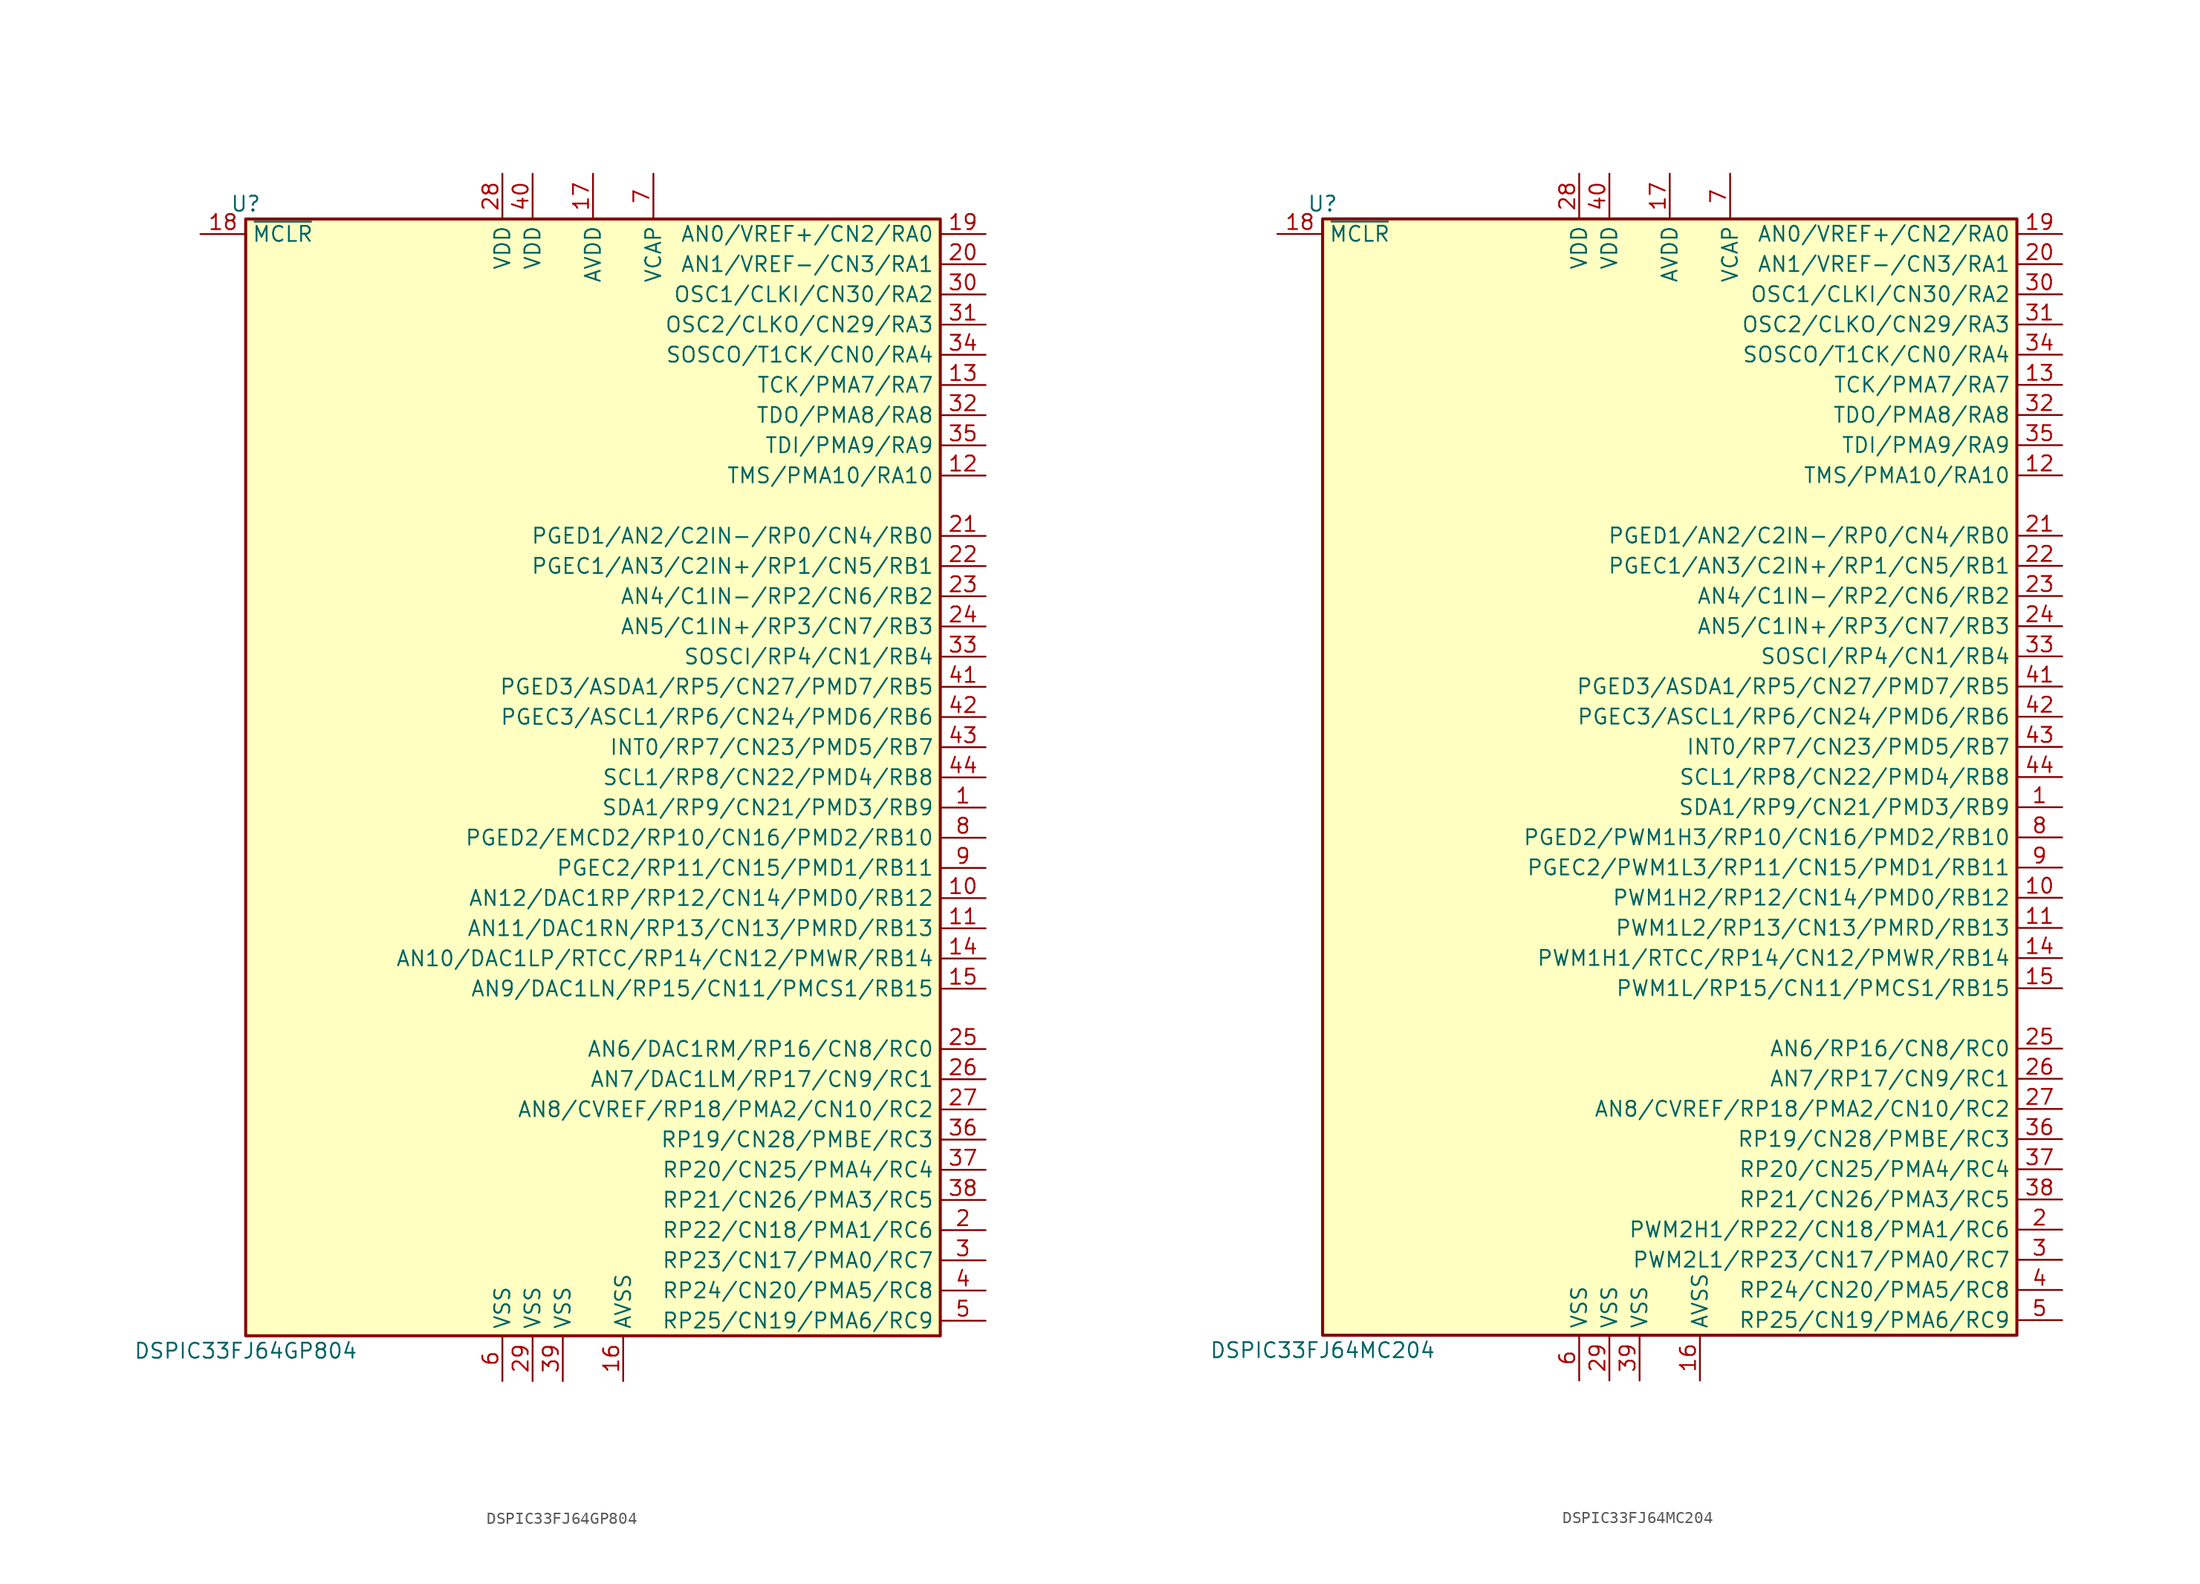
<source format=kicad_sym>
(kicad_symbol_lib
  (version 20231120)
  (generator "kicad_symbol_editor")
  (generator_version "8.0")
  (symbol "DSPIC33FJ64GP804"
    (property "Reference" "U"
      (at -29.21 48.26 0)
      (effects (font (size 1.27 1.27))))
    (property "Value" "DSPIC33FJ64GP804"
      (at -29.21 -48.26 0)
      (effects (font (size 1.27 1.27))))
    (symbol "DSPIC33FJ64GP804_1_1"
      (rectangle (start -29.21 46.99) (end 29.21 -46.99) (stroke (width 0.254) (type default)) (fill (type background)))
      (pin bidirectional line (at 33.02 -2.54 180) (length 3.81) (name "SDA1/RP9/CN21/PMD3/RB9" (effects (font (size 1.27 1.27)))) (number "1" (effects (font (size 1.27 1.27)))))
      (pin bidirectional line (at 33.02 -10.16 180) (length 3.81) (name "AN12/DAC1RP/RP12/CN14/PMD0/RB12" (effects (font (size 1.27 1.27)))) (number "10" (effects (font (size 1.27 1.27)))))
      (pin bidirectional line (at 33.02 -12.7 180) (length 3.81) (name "AN11/DAC1RN/RP13/CN13/PMRD/RB13" (effects (font (size 1.27 1.27)))) (number "11" (effects (font (size 1.27 1.27)))))
      (pin bidirectional line (at 33.02 25.4 180) (length 3.81) (name "TMS/PMA10/RA10" (effects (font (size 1.27 1.27)))) (number "12" (effects (font (size 1.27 1.27)))))
      (pin bidirectional line (at 33.02 33.02 180) (length 3.81) (name "TCK/PMA7/RA7" (effects (font (size 1.27 1.27)))) (number "13" (effects (font (size 1.27 1.27)))))
      (pin bidirectional line (at 33.02 -15.24 180) (length 3.81) (name "AN10/DAC1LP/RTCC/RP14/CN12/PMWR/RB14" (effects (font (size 1.27 1.27)))) (number "14" (effects (font (size 1.27 1.27)))))
      (pin bidirectional line (at 33.02 -17.78 180) (length 3.81) (name "AN9/DAC1LN/RP15/CN11/PMCS1/RB15" (effects (font (size 1.27 1.27)))) (number "15" (effects (font (size 1.27 1.27)))))
      (pin power_in line (at 2.54 -50.8 90) (length 3.81) (name "AVSS" (effects (font (size 1.27 1.27)))) (number "16" (effects (font (size 1.27 1.27)))))
      (pin power_in line (at 0 50.8 270) (length 3.81) (name "AVDD" (effects (font (size 1.27 1.27)))) (number "17" (effects (font (size 1.27 1.27)))))
      (pin input line (at -33.02 45.72 0) (length 3.81) (name "~{MCLR}" (effects (font (size 1.27 1.27)))) (number "18" (effects (font (size 1.27 1.27)))))
      (pin bidirectional line (at 33.02 45.72 180) (length 3.81) (name "AN0/VREF+/CN2/RA0" (effects (font (size 1.27 1.27)))) (number "19" (effects (font (size 1.27 1.27)))))
      (pin bidirectional line (at 33.02 -38.1 180) (length 3.81) (name "RP22/CN18/PMA1/RC6" (effects (font (size 1.27 1.27)))) (number "2" (effects (font (size 1.27 1.27)))))
      (pin bidirectional line (at 33.02 43.18 180) (length 3.81) (name "AN1/VREF-/CN3/RA1" (effects (font (size 1.27 1.27)))) (number "20" (effects (font (size 1.27 1.27)))))
      (pin bidirectional line (at 33.02 20.32 180) (length 3.81) (name "PGED1/AN2/C2IN-/RP0/CN4/RB0" (effects (font (size 1.27 1.27)))) (number "21" (effects (font (size 1.27 1.27)))))
      (pin bidirectional line (at 33.02 17.78 180) (length 3.81) (name "PGEC1/AN3/C2IN+/RP1/CN5/RB1" (effects (font (size 1.27 1.27)))) (number "22" (effects (font (size 1.27 1.27)))))
      (pin bidirectional line (at 33.02 15.24 180) (length 3.81) (name "AN4/C1IN-/RP2/CN6/RB2" (effects (font (size 1.27 1.27)))) (number "23" (effects (font (size 1.27 1.27)))))
      (pin bidirectional line (at 33.02 12.7 180) (length 3.81) (name "AN5/C1IN+/RP3/CN7/RB3" (effects (font (size 1.27 1.27)))) (number "24" (effects (font (size 1.27 1.27)))))
      (pin bidirectional line (at 33.02 -22.86 180) (length 3.81) (name "AN6/DAC1RM/RP16/CN8/RC0" (effects (font (size 1.27 1.27)))) (number "25" (effects (font (size 1.27 1.27)))))
      (pin bidirectional line (at 33.02 -25.4 180) (length 3.81) (name "AN7/DAC1LM/RP17/CN9/RC1" (effects (font (size 1.27 1.27)))) (number "26" (effects (font (size 1.27 1.27)))))
      (pin bidirectional line (at 33.02 -27.94 180) (length 3.81) (name "AN8/CVREF/RP18/PMA2/CN10/RC2" (effects (font (size 1.27 1.27)))) (number "27" (effects (font (size 1.27 1.27)))))
      (pin power_in line (at -7.62 50.8 270) (length 3.81) (name "VDD" (effects (font (size 1.27 1.27)))) (number "28" (effects (font (size 1.27 1.27)))))
      (pin power_in line (at -5.08 -50.8 90) (length 3.81) (name "VSS" (effects (font (size 1.27 1.27)))) (number "29" (effects (font (size 1.27 1.27)))))
      (pin bidirectional line (at 33.02 -40.64 180) (length 3.81) (name "RP23/CN17/PMA0/RC7" (effects (font (size 1.27 1.27)))) (number "3" (effects (font (size 1.27 1.27)))))
      (pin input line (at 33.02 40.64 180) (length 3.81) (name "OSC1/CLKI/CN30/RA2" (effects (font (size 1.27 1.27)))) (number "30" (effects (font (size 1.27 1.27)))))
      (pin input line (at 33.02 38.1 180) (length 3.81) (name "OSC2/CLKO/CN29/RA3" (effects (font (size 1.27 1.27)))) (number "31" (effects (font (size 1.27 1.27)))))
      (pin input line (at 33.02 30.48 180) (length 3.81) (name "TDO/PMA8/RA8" (effects (font (size 1.27 1.27)))) (number "32" (effects (font (size 1.27 1.27)))))
      (pin input line (at 33.02 10.16 180) (length 3.81) (name "SOSCI/RP4/CN1/RB4" (effects (font (size 1.27 1.27)))) (number "33" (effects (font (size 1.27 1.27)))))
      (pin input line (at 33.02 35.56 180) (length 3.81) (name "SOSCO/T1CK/CN0/RA4" (effects (font (size 1.27 1.27)))) (number "34" (effects (font (size 1.27 1.27)))))
      (pin input line (at 33.02 27.94 180) (length 3.81) (name "TDI/PMA9/RA9" (effects (font (size 1.27 1.27)))) (number "35" (effects (font (size 1.27 1.27)))))
      (pin input line (at 33.02 -30.48 180) (length 3.81) (name "RP19/CN28/PMBE/RC3" (effects (font (size 1.27 1.27)))) (number "36" (effects (font (size 1.27 1.27)))))
      (pin input line (at 33.02 -33.02 180) (length 3.81) (name "RP20/CN25/PMA4/RC4" (effects (font (size 1.27 1.27)))) (number "37" (effects (font (size 1.27 1.27)))))
      (pin input line (at 33.02 -35.56 180) (length 3.81) (name "RP21/CN26/PMA3/RC5" (effects (font (size 1.27 1.27)))) (number "38" (effects (font (size 1.27 1.27)))))
      (pin power_in line (at -2.54 -50.8 90) (length 3.81) (name "VSS" (effects (font (size 1.27 1.27)))) (number "39" (effects (font (size 1.27 1.27)))))
      (pin bidirectional line (at 33.02 -43.18 180) (length 3.81) (name "RP24/CN20/PMA5/RC8" (effects (font (size 1.27 1.27)))) (number "4" (effects (font (size 1.27 1.27)))))
      (pin power_in line (at -5.08 50.8 270) (length 3.81) (name "VDD" (effects (font (size 1.27 1.27)))) (number "40" (effects (font (size 1.27 1.27)))))
      (pin input line (at 33.02 7.62 180) (length 3.81) (name "PGED3/ASDA1/RP5/CN27/PMD7/RB5" (effects (font (size 1.27 1.27)))) (number "41" (effects (font (size 1.27 1.27)))))
      (pin input line (at 33.02 5.08 180) (length 3.81) (name "PGEC3/ASCL1/RP6/CN24/PMD6/RB6" (effects (font (size 1.27 1.27)))) (number "42" (effects (font (size 1.27 1.27)))))
      (pin input line (at 33.02 2.54 180) (length 3.81) (name "INT0/RP7/CN23/PMD5/RB7" (effects (font (size 1.27 1.27)))) (number "43" (effects (font (size 1.27 1.27)))))
      (pin input line (at 33.02 0 180) (length 3.81) (name "SCL1/RP8/CN22/PMD4/RB8" (effects (font (size 1.27 1.27)))) (number "44" (effects (font (size 1.27 1.27)))))
      (pin bidirectional line (at 33.02 -45.72 180) (length 3.81) (name "RP25/CN19/PMA6/RC9" (effects (font (size 1.27 1.27)))) (number "5" (effects (font (size 1.27 1.27)))))
      (pin power_in line (at -7.62 -50.8 90) (length 3.81) (name "VSS" (effects (font (size 1.27 1.27)))) (number "6" (effects (font (size 1.27 1.27)))))
      (pin power_in line (at 5.08 50.8 270) (length 3.81) (name "VCAP" (effects (font (size 1.27 1.27)))) (number "7" (effects (font (size 1.27 1.27)))))
      (pin bidirectional line (at 33.02 -5.08 180) (length 3.81) (name "PGED2/EMCD2/RP10/CN16/PMD2/RB10" (effects (font (size 1.27 1.27)))) (number "8" (effects (font (size 1.27 1.27)))))
      (pin bidirectional line (at 33.02 -7.62 180) (length 3.81) (name "PGEC2/RP11/CN15/PMD1/RB11" (effects (font (size 1.27 1.27)))) (number "9" (effects (font (size 1.27 1.27)))))))
  (symbol "DSPIC33FJ64MC204"
    (property "Reference" "U"
      (at -29.21 48.26 0)
      (effects (font (size 1.27 1.27))))
    (property "Value" "DSPIC33FJ64MC204"
      (at -29.21 -48.26 0)
      (effects (font (size 1.27 1.27))))
    (symbol "DSPIC33FJ64MC204_1_1"
      (rectangle (start -29.21 46.99) (end 29.21 -46.99) (stroke (width 0.254) (type default)) (fill (type background)))
      (pin bidirectional line (at 33.02 -2.54 180) (length 3.81) (name "SDA1/RP9/CN21/PMD3/RB9" (effects (font (size 1.27 1.27)))) (number "1" (effects (font (size 1.27 1.27)))))
      (pin bidirectional line (at 33.02 -10.16 180) (length 3.81) (name "PWM1H2/RP12/CN14/PMD0/RB12" (effects (font (size 1.27 1.27)))) (number "10" (effects (font (size 1.27 1.27)))))
      (pin bidirectional line (at 33.02 -12.7 180) (length 3.81) (name "PWM1L2/RP13/CN13/PMRD/RB13" (effects (font (size 1.27 1.27)))) (number "11" (effects (font (size 1.27 1.27)))))
      (pin bidirectional line (at 33.02 25.4 180) (length 3.81) (name "TMS/PMA10/RA10" (effects (font (size 1.27 1.27)))) (number "12" (effects (font (size 1.27 1.27)))))
      (pin bidirectional line (at 33.02 33.02 180) (length 3.81) (name "TCK/PMA7/RA7" (effects (font (size 1.27 1.27)))) (number "13" (effects (font (size 1.27 1.27)))))
      (pin bidirectional line (at 33.02 -15.24 180) (length 3.81) (name "PWM1H1/RTCC/RP14/CN12/PMWR/RB14" (effects (font (size 1.27 1.27)))) (number "14" (effects (font (size 1.27 1.27)))))
      (pin bidirectional line (at 33.02 -17.78 180) (length 3.81) (name "PWM1L/RP15/CN11/PMCS1/RB15" (effects (font (size 1.27 1.27)))) (number "15" (effects (font (size 1.27 1.27)))))
      (pin power_in line (at 2.54 -50.8 90) (length 3.81) (name "AVSS" (effects (font (size 1.27 1.27)))) (number "16" (effects (font (size 1.27 1.27)))))
      (pin power_in line (at 0 50.8 270) (length 3.81) (name "AVDD" (effects (font (size 1.27 1.27)))) (number "17" (effects (font (size 1.27 1.27)))))
      (pin input line (at -33.02 45.72 0) (length 3.81) (name "~{MCLR}" (effects (font (size 1.27 1.27)))) (number "18" (effects (font (size 1.27 1.27)))))
      (pin bidirectional line (at 33.02 45.72 180) (length 3.81) (name "AN0/VREF+/CN2/RA0" (effects (font (size 1.27 1.27)))) (number "19" (effects (font (size 1.27 1.27)))))
      (pin bidirectional line (at 33.02 -38.1 180) (length 3.81) (name "PWM2H1/RP22/CN18/PMA1/RC6" (effects (font (size 1.27 1.27)))) (number "2" (effects (font (size 1.27 1.27)))))
      (pin bidirectional line (at 33.02 43.18 180) (length 3.81) (name "AN1/VREF-/CN3/RA1" (effects (font (size 1.27 1.27)))) (number "20" (effects (font (size 1.27 1.27)))))
      (pin bidirectional line (at 33.02 20.32 180) (length 3.81) (name "PGED1/AN2/C2IN-/RP0/CN4/RB0" (effects (font (size 1.27 1.27)))) (number "21" (effects (font (size 1.27 1.27)))))
      (pin bidirectional line (at 33.02 17.78 180) (length 3.81) (name "PGEC1/AN3/C2IN+/RP1/CN5/RB1" (effects (font (size 1.27 1.27)))) (number "22" (effects (font (size 1.27 1.27)))))
      (pin bidirectional line (at 33.02 15.24 180) (length 3.81) (name "AN4/C1IN-/RP2/CN6/RB2" (effects (font (size 1.27 1.27)))) (number "23" (effects (font (size 1.27 1.27)))))
      (pin bidirectional line (at 33.02 12.7 180) (length 3.81) (name "AN5/C1IN+/RP3/CN7/RB3" (effects (font (size 1.27 1.27)))) (number "24" (effects (font (size 1.27 1.27)))))
      (pin bidirectional line (at 33.02 -22.86 180) (length 3.81) (name "AN6/RP16/CN8/RC0" (effects (font (size 1.27 1.27)))) (number "25" (effects (font (size 1.27 1.27)))))
      (pin bidirectional line (at 33.02 -25.4 180) (length 3.81) (name "AN7/RP17/CN9/RC1" (effects (font (size 1.27 1.27)))) (number "26" (effects (font (size 1.27 1.27)))))
      (pin bidirectional line (at 33.02 -27.94 180) (length 3.81) (name "AN8/CVREF/RP18/PMA2/CN10/RC2" (effects (font (size 1.27 1.27)))) (number "27" (effects (font (size 1.27 1.27)))))
      (pin power_in line (at -7.62 50.8 270) (length 3.81) (name "VDD" (effects (font (size 1.27 1.27)))) (number "28" (effects (font (size 1.27 1.27)))))
      (pin power_in line (at -5.08 -50.8 90) (length 3.81) (name "VSS" (effects (font (size 1.27 1.27)))) (number "29" (effects (font (size 1.27 1.27)))))
      (pin bidirectional line (at 33.02 -40.64 180) (length 3.81) (name "PWM2L1/RP23/CN17/PMA0/RC7" (effects (font (size 1.27 1.27)))) (number "3" (effects (font (size 1.27 1.27)))))
      (pin input line (at 33.02 40.64 180) (length 3.81) (name "OSC1/CLKI/CN30/RA2" (effects (font (size 1.27 1.27)))) (number "30" (effects (font (size 1.27 1.27)))))
      (pin input line (at 33.02 38.1 180) (length 3.81) (name "OSC2/CLKO/CN29/RA3" (effects (font (size 1.27 1.27)))) (number "31" (effects (font (size 1.27 1.27)))))
      (pin input line (at 33.02 30.48 180) (length 3.81) (name "TDO/PMA8/RA8" (effects (font (size 1.27 1.27)))) (number "32" (effects (font (size 1.27 1.27)))))
      (pin input line (at 33.02 10.16 180) (length 3.81) (name "SOSCI/RP4/CN1/RB4" (effects (font (size 1.27 1.27)))) (number "33" (effects (font (size 1.27 1.27)))))
      (pin input line (at 33.02 35.56 180) (length 3.81) (name "SOSCO/T1CK/CN0/RA4" (effects (font (size 1.27 1.27)))) (number "34" (effects (font (size 1.27 1.27)))))
      (pin input line (at 33.02 27.94 180) (length 3.81) (name "TDI/PMA9/RA9" (effects (font (size 1.27 1.27)))) (number "35" (effects (font (size 1.27 1.27)))))
      (pin input line (at 33.02 -30.48 180) (length 3.81) (name "RP19/CN28/PMBE/RC3" (effects (font (size 1.27 1.27)))) (number "36" (effects (font (size 1.27 1.27)))))
      (pin input line (at 33.02 -33.02 180) (length 3.81) (name "RP20/CN25/PMA4/RC4" (effects (font (size 1.27 1.27)))) (number "37" (effects (font (size 1.27 1.27)))))
      (pin input line (at 33.02 -35.56 180) (length 3.81) (name "RP21/CN26/PMA3/RC5" (effects (font (size 1.27 1.27)))) (number "38" (effects (font (size 1.27 1.27)))))
      (pin power_in line (at -2.54 -50.8 90) (length 3.81) (name "VSS" (effects (font (size 1.27 1.27)))) (number "39" (effects (font (size 1.27 1.27)))))
      (pin bidirectional line (at 33.02 -43.18 180) (length 3.81) (name "RP24/CN20/PMA5/RC8" (effects (font (size 1.27 1.27)))) (number "4" (effects (font (size 1.27 1.27)))))
      (pin power_in line (at -5.08 50.8 270) (length 3.81) (name "VDD" (effects (font (size 1.27 1.27)))) (number "40" (effects (font (size 1.27 1.27)))))
      (pin input line (at 33.02 7.62 180) (length 3.81) (name "PGED3/ASDA1/RP5/CN27/PMD7/RB5" (effects (font (size 1.27 1.27)))) (number "41" (effects (font (size 1.27 1.27)))))
      (pin input line (at 33.02 5.08 180) (length 3.81) (name "PGEC3/ASCL1/RP6/CN24/PMD6/RB6" (effects (font (size 1.27 1.27)))) (number "42" (effects (font (size 1.27 1.27)))))
      (pin input line (at 33.02 2.54 180) (length 3.81) (name "INT0/RP7/CN23/PMD5/RB7" (effects (font (size 1.27 1.27)))) (number "43" (effects (font (size 1.27 1.27)))))
      (pin input line (at 33.02 0 180) (length 3.81) (name "SCL1/RP8/CN22/PMD4/RB8" (effects (font (size 1.27 1.27)))) (number "44" (effects (font (size 1.27 1.27)))))
      (pin bidirectional line (at 33.02 -45.72 180) (length 3.81) (name "RP25/CN19/PMA6/RC9" (effects (font (size 1.27 1.27)))) (number "5" (effects (font (size 1.27 1.27)))))
      (pin power_in line (at -7.62 -50.8 90) (length 3.81) (name "VSS" (effects (font (size 1.27 1.27)))) (number "6" (effects (font (size 1.27 1.27)))))
      (pin power_in line (at 5.08 50.8 270) (length 3.81) (name "VCAP" (effects (font (size 1.27 1.27)))) (number "7" (effects (font (size 1.27 1.27)))))
      (pin bidirectional line (at 33.02 -5.08 180) (length 3.81) (name "PGED2/PWM1H3/RP10/CN16/PMD2/RB10" (effects (font (size 1.27 1.27)))) (number "8" (effects (font (size 1.27 1.27)))))
      (pin bidirectional line (at 33.02 -7.62 180) (length 3.81) (name "PGEC2/PWM1L3/RP11/CN15/PMD1/RB11" (effects (font (size 1.27 1.27)))) (number "9" (effects (font (size 1.27 1.27))))))))
</source>
